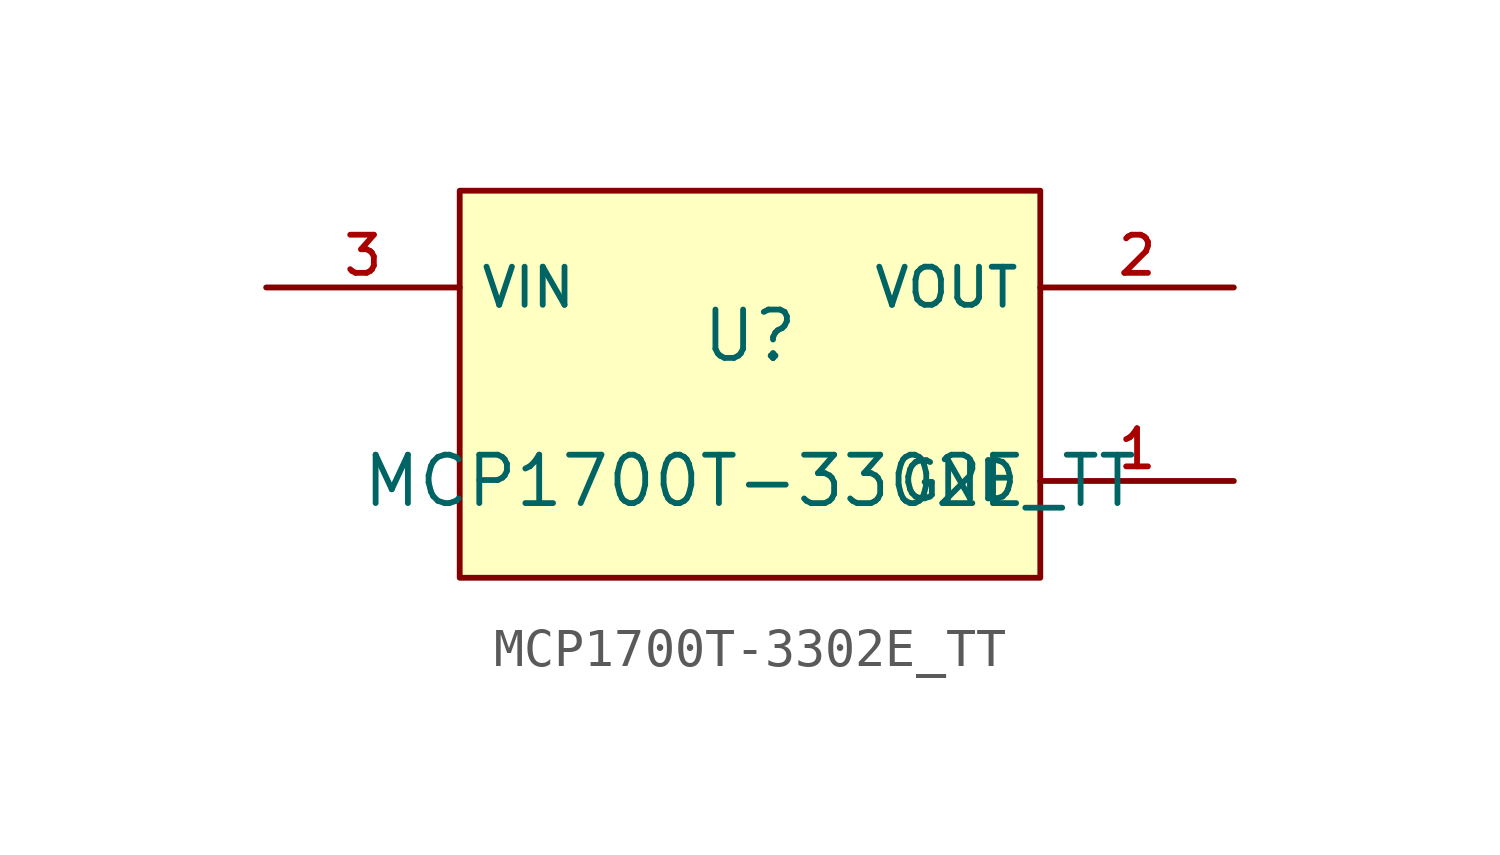
<source format=kicad_sym>
(kicad_symbol_lib
  (version 20210201)
  (generator TousstNicolas/JLC2KiCad_lib)
  (symbol "MCP1700T-3302E_TT"
    (property "Reference" "U"
      (at 0 1.27 0)
      (effects (font (size 1.27 1.27))))
    (property "Value" "MCP1700T-3302E_TT"
      (at 0 -2.54 0)
      (effects (font (size 1.27 1.27))))
    (symbol "MCP1700T-3302E_TT_0_1"
      (rectangle (start -7.62 5.08) (end 7.62 -5.08) (stroke (width 0) (type default) (color 0 0 0 0)) (fill (type background)))
      (pin power_in line (at 12.7 -2.54 180) (length 5.08) (name "GND" (effects (font (size 1 1)))) (number "1" (effects (font (size 1 1)))))
      (pin power_in line (at 12.7 2.54 180) (length 5.08) (name "VOUT" (effects (font (size 1 1)))) (number "2" (effects (font (size 1 1)))))
      (pin power_in line (at -12.7 2.54 0) (length 5.08) (name "VIN" (effects (font (size 1 1)))) (number "3" (effects (font (size 1 1))))))))
</source>
